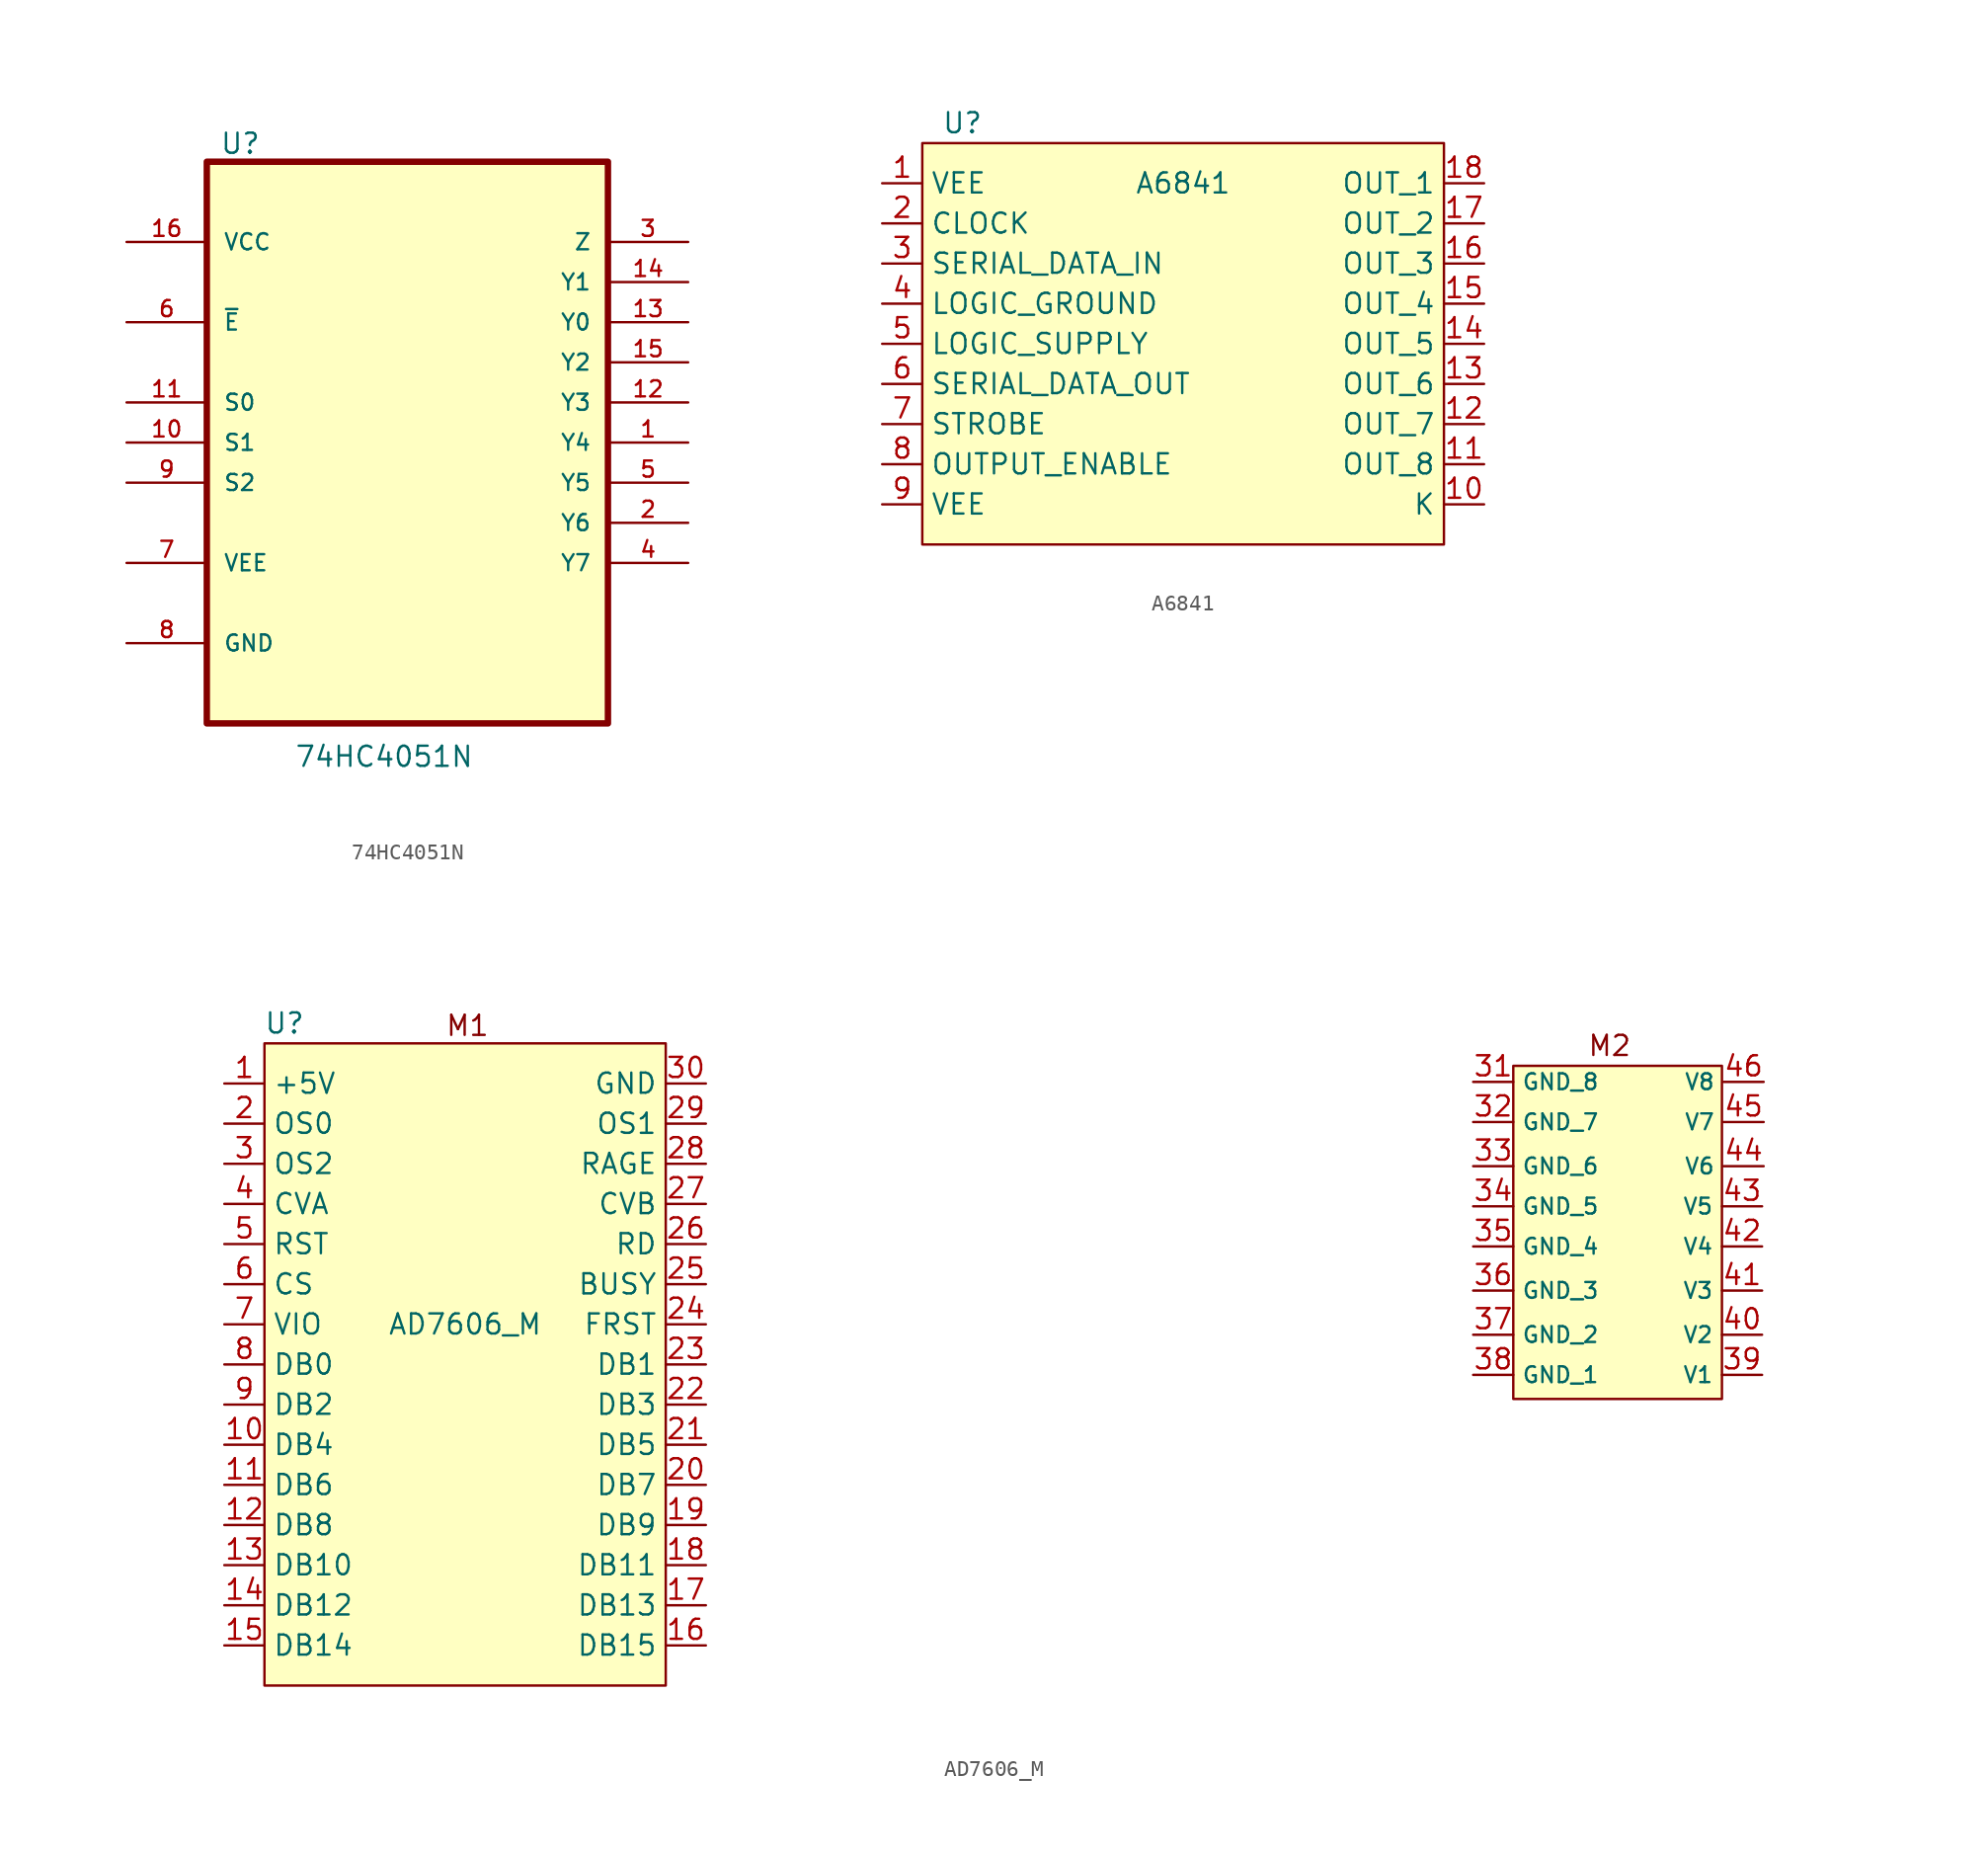
<source format=kicad_sym>
(kicad_symbol_lib
  (version 20211014)
  (generator kicad_symbol_editor)
  (symbol "74HC4051N"
    (pin_names
      (offset 1.016))
    (property "Reference" "U"
      (at -11.887 15.646 0)
      (effects (font (size 1.27 1.27)) (justify left bottom)))
    (property "Value" "74HC4051N"
      (at -7.163 -23.165 0)
      (effects (font (size 1.27 1.27)) (justify left bottom)))
    (property "ki_locked" ""
      (at 0 0 0)
      (effects (font (size 1.27 1.27))))
    (symbol "74HC4051N_0_0"
      (rectangle (start -12.7 -20.32) (end 12.7 15.24) (stroke (width 0.406) (type default) (color 0 0 0 0)) (fill (type background)))
      (pin bidirectional line (at 17.78 -2.54 180) (length 5.08) (name "Y4" (effects (font (size 1.016 1.016)))) (number "1" (effects (font (size 1.016 1.016)))))
      (pin input line (at -17.78 -2.54 0) (length 5.08) (name "S1" (effects (font (size 1.016 1.016)))) (number "10" (effects (font (size 1.016 1.016)))))
      (pin input line (at -17.78 0 0) (length 5.08) (name "S0" (effects (font (size 1.016 1.016)))) (number "11" (effects (font (size 1.016 1.016)))))
      (pin bidirectional line (at 17.78 0 180) (length 5.08) (name "Y3" (effects (font (size 1.016 1.016)))) (number "12" (effects (font (size 1.016 1.016)))))
      (pin bidirectional line (at 17.78 5.08 180) (length 5.08) (name "Y0" (effects (font (size 1.016 1.016)))) (number "13" (effects (font (size 1.016 1.016)))))
      (pin bidirectional line (at 17.78 7.62 180) (length 5.08) (name "Y1" (effects (font (size 1.016 1.016)))) (number "14" (effects (font (size 1.016 1.016)))))
      (pin bidirectional line (at 17.78 2.54 180) (length 5.08) (name "Y2" (effects (font (size 1.016 1.016)))) (number "15" (effects (font (size 1.016 1.016)))))
      (pin power_in line (at -17.78 10.16 0) (length 5.08) (name "VCC" (effects (font (size 1.016 1.016)))) (number "16" (effects (font (size 1.016 1.016)))))
      (pin bidirectional line (at 17.78 -7.62 180) (length 5.08) (name "Y6" (effects (font (size 1.016 1.016)))) (number "2" (effects (font (size 1.016 1.016)))))
      (pin bidirectional line (at 17.78 10.16 180) (length 5.08) (name "Z" (effects (font (size 1.016 1.016)))) (number "3" (effects (font (size 1.016 1.016)))))
      (pin bidirectional line (at 17.78 -10.16 180) (length 5.08) (name "Y7" (effects (font (size 1.016 1.016)))) (number "4" (effects (font (size 1.016 1.016)))))
      (pin bidirectional line (at 17.78 -5.08 180) (length 5.08) (name "Y5" (effects (font (size 1.016 1.016)))) (number "5" (effects (font (size 1.016 1.016)))))
      (pin input line (at -17.78 5.08 0) (length 5.08) (name "~{E}" (effects (font (size 1.016 1.016)))) (number "6" (effects (font (size 1.016 1.016)))))
      (pin power_in line (at -17.78 -10.16 0) (length 5.08) (name "VEE" (effects (font (size 1.016 1.016)))) (number "7" (effects (font (size 1.016 1.016)))))
      (pin passive line (at -17.78 -15.24 0) (length 5.08) (name "GND" (effects (font (size 1.016 1.016)))) (number "8" (effects (font (size 1.016 1.016)))))
      (pin input line (at -17.78 -5.08 0) (length 5.08) (name "S2" (effects (font (size 1.016 1.016)))) (number "9" (effects (font (size 1.016 1.016)))))))
  (symbol "A6841"
    (property "Reference" "U"
      (at 2.54 3.81 0)
      (effects (font (size 1.27 1.27))))
    (property "Value" "A6841"
      (at 16.51 0 0)
      (effects (font (size 1.27 1.27))))
    (symbol "A6841_0_1"
      (rectangle (start 0 2.54) (end 33.02 -22.86) (stroke (width 0) (type default) (color 0 0 0 0)) (fill (type background))))
    (symbol "A6841_1_1"
      (pin input line (at -2.54 0 0) (length 2.54) (name "VEE" (effects (font (size 1.27 1.27)))) (number "1" (effects (font (size 1.27 1.27)))))
      (pin input line (at 35.56 -20.32 180) (length 2.54) (name "K" (effects (font (size 1.27 1.27)))) (number "10" (effects (font (size 1.27 1.27)))))
      (pin input line (at 35.56 -17.78 180) (length 2.54) (name "OUT_8" (effects (font (size 1.27 1.27)))) (number "11" (effects (font (size 1.27 1.27)))))
      (pin input line (at 35.56 -15.24 180) (length 2.54) (name "OUT_7" (effects (font (size 1.27 1.27)))) (number "12" (effects (font (size 1.27 1.27)))))
      (pin input line (at 35.56 -12.7 180) (length 2.54) (name "OUT_6" (effects (font (size 1.27 1.27)))) (number "13" (effects (font (size 1.27 1.27)))))
      (pin input line (at 35.56 -10.16 180) (length 2.54) (name "OUT_5" (effects (font (size 1.27 1.27)))) (number "14" (effects (font (size 1.27 1.27)))))
      (pin input line (at 35.56 -7.62 180) (length 2.54) (name "OUT_4" (effects (font (size 1.27 1.27)))) (number "15" (effects (font (size 1.27 1.27)))))
      (pin input line (at 35.56 -5.08 180) (length 2.54) (name "OUT_3" (effects (font (size 1.27 1.27)))) (number "16" (effects (font (size 1.27 1.27)))))
      (pin input line (at 35.56 -2.54 180) (length 2.54) (name "OUT_2" (effects (font (size 1.27 1.27)))) (number "17" (effects (font (size 1.27 1.27)))))
      (pin input line (at 35.56 0 180) (length 2.54) (name "OUT_1" (effects (font (size 1.27 1.27)))) (number "18" (effects (font (size 1.27 1.27)))))
      (pin input line (at -2.54 -2.54 0) (length 2.54) (name "CLOCK" (effects (font (size 1.27 1.27)))) (number "2" (effects (font (size 1.27 1.27)))))
      (pin input line (at -2.54 -5.08 0) (length 2.54) (name "SERIAL_DATA_IN" (effects (font (size 1.27 1.27)))) (number "3" (effects (font (size 1.27 1.27)))))
      (pin input line (at -2.54 -7.62 0) (length 2.54) (name "LOGIC_GROUND" (effects (font (size 1.27 1.27)))) (number "4" (effects (font (size 1.27 1.27)))))
      (pin input line (at -2.54 -10.16 0) (length 2.54) (name "LOGIC_SUPPLY" (effects (font (size 1.27 1.27)))) (number "5" (effects (font (size 1.27 1.27)))))
      (pin input line (at -2.54 -12.7 0) (length 2.54) (name "SERIAL_DATA_OUT" (effects (font (size 1.27 1.27)))) (number "6" (effects (font (size 1.27 1.27)))))
      (pin input line (at -2.54 -15.24 0) (length 2.54) (name "STROBE" (effects (font (size 1.27 1.27)))) (number "7" (effects (font (size 1.27 1.27)))))
      (pin input line (at -2.54 -17.78 0) (length 2.54) (name "OUTPUT_ENABLE" (effects (font (size 1.27 1.27)))) (number "8" (effects (font (size 1.27 1.27)))))
      (pin input line (at -2.54 -20.32 0) (length 2.54) (name "VEE" (effects (font (size 1.27 1.27)))) (number "9" (effects (font (size 1.27 1.27)))))))
  (symbol "AD7606_M"
    (property "Reference" "U"
      (at 1.27 3.81 0)
      (effects (font (size 1.27 1.27))))
    (property "Value" "AD7606_M"
      (at 12.7 -15.24 0)
      (effects (font (size 1.27 1.27))))
    (symbol "AD7606_M_0_0"
      (text "M1" (at 12.852 3.658 0) (effects (font (size 1.27 1.27))))
      (text "M2" (at 85.141 2.388 0) (effects (font (size 1.27 1.27)))))
    (symbol "AD7606_M_0_1"
      (rectangle (start 0 2.54) (end 25.4 -38.1) (stroke (width 0) (type default) (color 0 0 0 0)) (fill (type background)))
      (rectangle (start 79.045 1.118) (end 92.253 -19.964) (stroke (width 0) (type default) (color 0 0 0 0)) (fill (type background))))
    (symbol "AD7606_M_1_1"
      (pin input line (at -2.54 0 0) (length 2.54) (name "+5V" (effects (font (size 1.27 1.27)))) (number "1" (effects (font (size 1.27 1.27)))))
      (pin input line (at -2.54 -22.86 0) (length 2.54) (name "DB4" (effects (font (size 1.27 1.27)))) (number "10" (effects (font (size 1.27 1.27)))))
      (pin input line (at -2.54 -25.4 0) (length 2.54) (name "DB6" (effects (font (size 1.27 1.27)))) (number "11" (effects (font (size 1.27 1.27)))))
      (pin input line (at -2.54 -27.94 0) (length 2.54) (name "DB8" (effects (font (size 1.27 1.27)))) (number "12" (effects (font (size 1.27 1.27)))))
      (pin input line (at -2.54 -30.48 0) (length 2.54) (name "DB10" (effects (font (size 1.27 1.27)))) (number "13" (effects (font (size 1.27 1.27)))))
      (pin input line (at -2.54 -33.02 0) (length 2.54) (name "DB12" (effects (font (size 1.27 1.27)))) (number "14" (effects (font (size 1.27 1.27)))))
      (pin input line (at -2.54 -35.56 0) (length 2.54) (name "DB14" (effects (font (size 1.27 1.27)))) (number "15" (effects (font (size 1.27 1.27)))))
      (pin input line (at 27.94 -35.56 180) (length 2.54) (name "DB15" (effects (font (size 1.27 1.27)))) (number "16" (effects (font (size 1.27 1.27)))))
      (pin input line (at 27.94 -33.02 180) (length 2.54) (name "DB13" (effects (font (size 1.27 1.27)))) (number "17" (effects (font (size 1.27 1.27)))))
      (pin input line (at 27.94 -30.48 180) (length 2.54) (name "DB11" (effects (font (size 1.27 1.27)))) (number "18" (effects (font (size 1.27 1.27)))))
      (pin input line (at 27.94 -27.94 180) (length 2.54) (name "DB9" (effects (font (size 1.27 1.27)))) (number "19" (effects (font (size 1.27 1.27)))))
      (pin input line (at -2.54 -2.54 0) (length 2.54) (name "OS0" (effects (font (size 1.27 1.27)))) (number "2" (effects (font (size 1.27 1.27)))))
      (pin input line (at 27.94 -25.4 180) (length 2.54) (name "DB7" (effects (font (size 1.27 1.27)))) (number "20" (effects (font (size 1.27 1.27)))))
      (pin input line (at 27.94 -22.86 180) (length 2.54) (name "DB5" (effects (font (size 1.27 1.27)))) (number "21" (effects (font (size 1.27 1.27)))))
      (pin input line (at 27.94 -20.32 180) (length 2.54) (name "DB3" (effects (font (size 1.27 1.27)))) (number "22" (effects (font (size 1.27 1.27)))))
      (pin input line (at 27.94 -17.78 180) (length 2.54) (name "DB1" (effects (font (size 1.27 1.27)))) (number "23" (effects (font (size 1.27 1.27)))))
      (pin input line (at 27.94 -15.24 180) (length 2.54) (name "FRST" (effects (font (size 1.27 1.27)))) (number "24" (effects (font (size 1.27 1.27)))))
      (pin input line (at 27.94 -12.7 180) (length 2.54) (name "BUSY" (effects (font (size 1.27 1.27)))) (number "25" (effects (font (size 1.27 1.27)))))
      (pin input line (at 27.94 -10.16 180) (length 2.54) (name "RD" (effects (font (size 1.27 1.27)))) (number "26" (effects (font (size 1.27 1.27)))))
      (pin input line (at 27.94 -7.62 180) (length 2.54) (name "CVB" (effects (font (size 1.27 1.27)))) (number "27" (effects (font (size 1.27 1.27)))))
      (pin input line (at 27.94 -5.08 180) (length 2.54) (name "RAGE" (effects (font (size 1.27 1.27)))) (number "28" (effects (font (size 1.27 1.27)))))
      (pin input line (at 27.94 -2.54 180) (length 2.54) (name "OS1" (effects (font (size 1.27 1.27)))) (number "29" (effects (font (size 1.27 1.27)))))
      (pin input line (at -2.54 -5.08 0) (length 2.54) (name "OS2" (effects (font (size 1.27 1.27)))) (number "3" (effects (font (size 1.27 1.27)))))
      (pin input line (at 27.94 0 180) (length 2.54) (name "GND" (effects (font (size 1.27 1.27)))) (number "30" (effects (font (size 1.27 1.27)))))
      (pin input line (at 76.505 0.102 0) (length 2.54) (name "GND_8" (effects (font (size 1 1)))) (number "31" (effects (font (size 1.27 1.27)))))
      (pin input line (at 76.505 -2.438 0) (length 2.54) (name "GND_7" (effects (font (size 1 1)))) (number "32" (effects (font (size 1.27 1.27)))))
      (pin input line (at 76.505 -5.232 0) (length 2.54) (name "GND_6" (effects (font (size 1 1)))) (number "33" (effects (font (size 1.27 1.27)))))
      (pin input line (at 76.505 -7.772 0) (length 2.54) (name "GND_5" (effects (font (size 1 1)))) (number "34" (effects (font (size 1.27 1.27)))))
      (pin input line (at 76.505 -10.312 0) (length 2.54) (name "GND_4" (effects (font (size 1 1)))) (number "35" (effects (font (size 1.27 1.27)))))
      (pin input line (at 76.505 -13.106 0) (length 2.54) (name "GND_3" (effects (font (size 1 1)))) (number "36" (effects (font (size 1.27 1.27)))))
      (pin input line (at 76.505 -15.9 0) (length 2.54) (name "GND_2" (effects (font (size 1 1)))) (number "37" (effects (font (size 1.27 1.27)))))
      (pin input line (at 76.505 -18.44 0) (length 2.54) (name "GND_1" (effects (font (size 1 1)))) (number "38" (effects (font (size 1.27 1.27)))))
      (pin input line (at 94.793 -18.44 180) (length 2.54) (name "V1" (effects (font (size 1 1)))) (number "39" (effects (font (size 1.27 1.27)))))
      (pin input line (at -2.54 -7.62 0) (length 2.54) (name "CVA" (effects (font (size 1.27 1.27)))) (number "4" (effects (font (size 1.27 1.27)))))
      (pin input line (at 94.793 -15.9 180) (length 2.54) (name "V2" (effects (font (size 1 1)))) (number "40" (effects (font (size 1.27 1.27)))))
      (pin input line (at 94.793 -13.106 180) (length 2.54) (name "V3" (effects (font (size 1 1)))) (number "41" (effects (font (size 1.27 1.27)))))
      (pin input line (at 94.793 -10.312 180) (length 2.54) (name "V4" (effects (font (size 1 1)))) (number "42" (effects (font (size 1.27 1.27)))))
      (pin input line (at 94.793 -7.772 180) (length 2.54) (name "V5" (effects (font (size 1 1)))) (number "43" (effects (font (size 1.27 1.27)))))
      (pin input line (at 94.894 -5.232 180) (length 2.54) (name "V6" (effects (font (size 1 1)))) (number "44" (effects (font (size 1.27 1.27)))))
      (pin input line (at 94.894 -2.438 180) (length 2.54) (name "V7" (effects (font (size 1 1)))) (number "45" (effects (font (size 1.27 1.27)))))
      (pin input line (at 94.894 0.102 180) (length 2.54) (name "V8" (effects (font (size 1 1)))) (number "46" (effects (font (size 1.27 1.27)))))
      (pin input line (at -2.54 -10.16 0) (length 2.54) (name "RST" (effects (font (size 1.27 1.27)))) (number "5" (effects (font (size 1.27 1.27)))))
      (pin input line (at -2.54 -12.7 0) (length 2.54) (name "CS" (effects (font (size 1.27 1.27)))) (number "6" (effects (font (size 1.27 1.27)))))
      (pin input line (at -2.54 -15.24 0) (length 2.54) (name "VIO" (effects (font (size 1.27 1.27)))) (number "7" (effects (font (size 1.27 1.27)))))
      (pin input line (at -2.54 -17.78 0) (length 2.54) (name "DB0" (effects (font (size 1.27 1.27)))) (number "8" (effects (font (size 1.27 1.27)))))
      (pin input line (at -2.54 -20.32 0) (length 2.54) (name "DB2" (effects (font (size 1.27 1.27)))) (number "9" (effects (font (size 1.27 1.27))))))))
</source>
